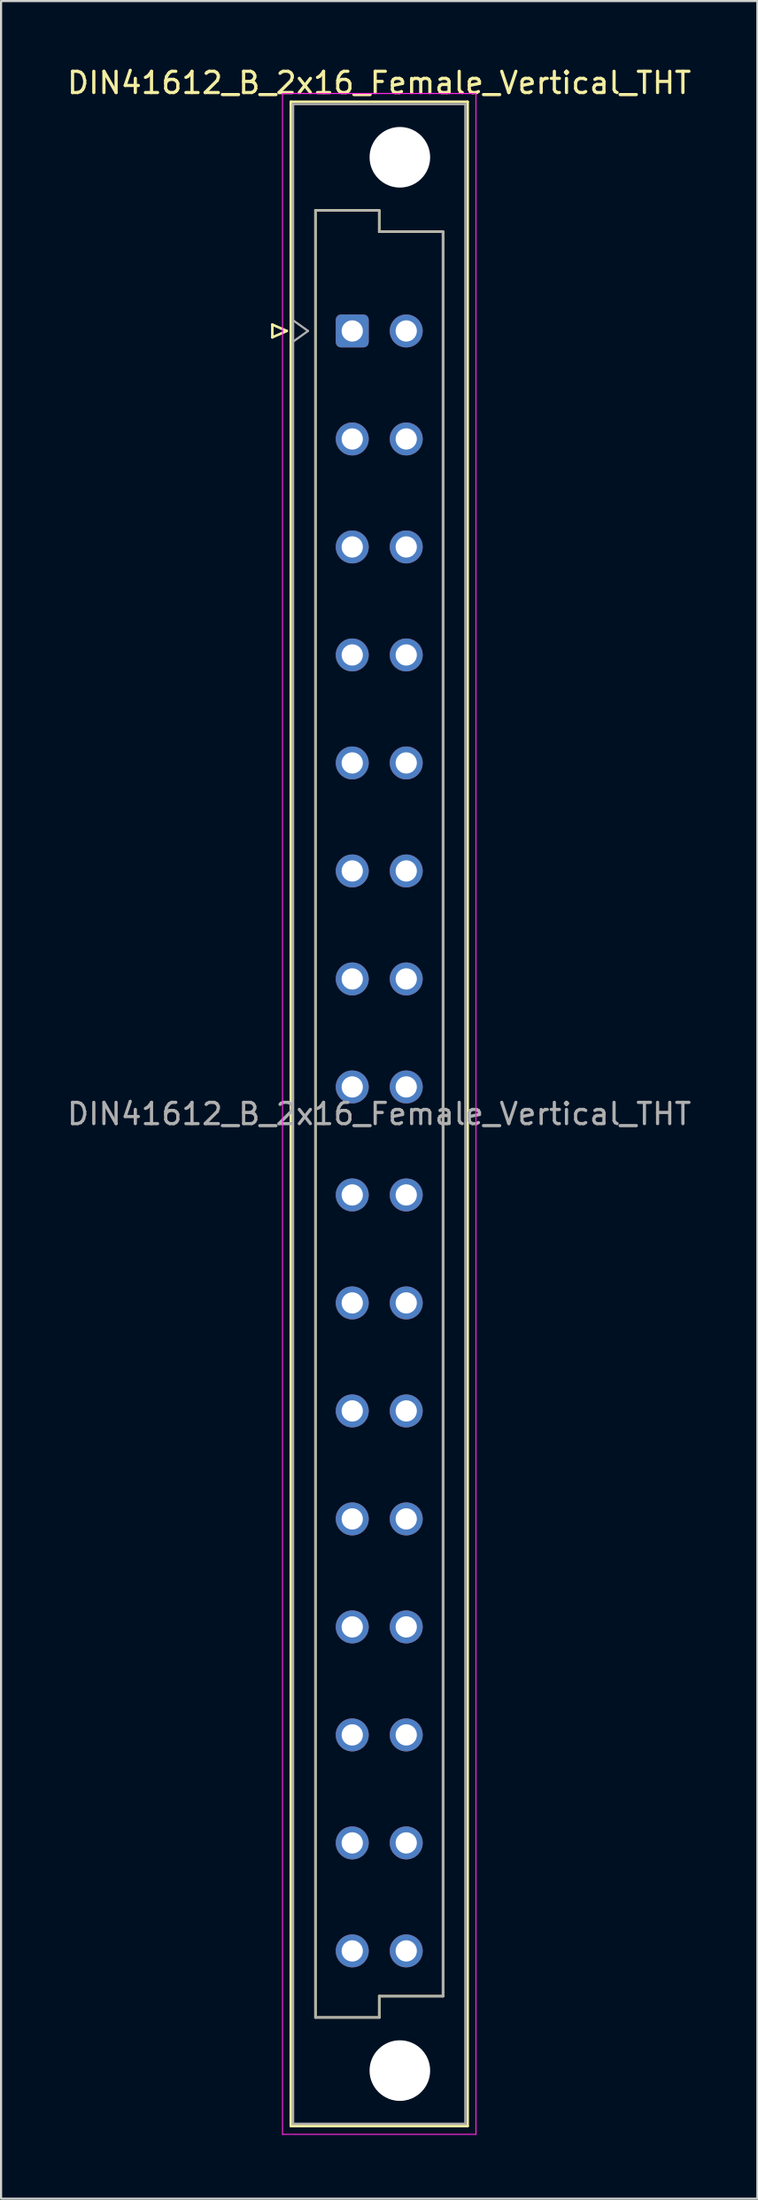
<source format=kicad_pcb>
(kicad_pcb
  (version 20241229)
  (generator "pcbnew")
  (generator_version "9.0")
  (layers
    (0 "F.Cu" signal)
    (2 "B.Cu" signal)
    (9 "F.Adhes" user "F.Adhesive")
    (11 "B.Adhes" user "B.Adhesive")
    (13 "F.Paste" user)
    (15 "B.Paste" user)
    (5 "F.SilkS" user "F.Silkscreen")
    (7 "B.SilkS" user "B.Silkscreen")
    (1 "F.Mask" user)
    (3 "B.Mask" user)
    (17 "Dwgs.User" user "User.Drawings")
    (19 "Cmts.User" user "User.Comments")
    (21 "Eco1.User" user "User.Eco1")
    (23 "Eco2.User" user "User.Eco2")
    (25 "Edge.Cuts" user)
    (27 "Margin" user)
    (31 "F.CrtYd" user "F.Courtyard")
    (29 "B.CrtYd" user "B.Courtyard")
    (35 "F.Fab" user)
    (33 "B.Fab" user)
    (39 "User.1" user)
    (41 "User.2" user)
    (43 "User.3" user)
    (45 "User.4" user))
  (footprint "DIN41612_B_2x16_Female_Vertical_THT"
    (layer "F.Cu")
    (at 13.522 9.978)
    (property "Reference" "DIN41612_B_2x16_Female_Vertical_THT" (at 1.27 -9.13 0) (layer "F.SilkS") (effects (font (size 1 1) (thickness 0.15))))
    (attr through_hole)
    (fp_line (start -3.76 2.24) (end -3.76 2.84) (stroke (width 0.12) (type solid)) (layer "F.SilkS"))
    (fp_line (start -3.76 2.84) (end -3.08 2.54) (stroke (width 0.12) (type solid)) (layer "F.SilkS"))
    (fp_line (start -3.08 2.54) (end -3.76 2.24) (stroke (width 0.12) (type solid)) (layer "F.SilkS"))
    (fp_line (start -2.89 -8.24) (end 5.43 -8.24) (stroke (width 0.12) (type solid)) (layer "F.SilkS"))
    (fp_line (start -2.89 86.98) (end -2.89 -8.24) (stroke (width 0.12) (type solid)) (layer "F.SilkS"))
    (fp_line (start -1.73 -3.13) (end 1.27 -3.13) (stroke (width 0.12) (type solid)) (layer "F.SilkS"))
    (fp_line (start -1.73 81.87) (end -1.73 -3.13) (stroke (width 0.12) (type solid)) (layer "F.SilkS"))
    (fp_line (start 1.27 -3.13) (end 1.27 -2.13) (stroke (width 0.12) (type solid)) (layer "F.SilkS"))
    (fp_line (start 1.27 -2.13) (end 4.27 -2.13) (stroke (width 0.12) (type solid)) (layer "F.SilkS"))
    (fp_line (start 1.27 80.87) (end 1.27 81.87) (stroke (width 0.12) (type solid)) (layer "F.SilkS"))
    (fp_line (start 1.27 81.87) (end -1.73 81.87) (stroke (width 0.12) (type solid)) (layer "F.SilkS"))
    (fp_line (start 4.27 -2.13) (end 4.27 80.87) (stroke (width 0.12) (type solid)) (layer "F.SilkS"))
    (fp_line (start 4.27 80.87) (end 1.27 80.87) (stroke (width 0.12) (type solid)) (layer "F.SilkS"))
    (fp_line (start 5.43 -8.24) (end 5.43 86.98) (stroke (width 0.12) (type solid)) (layer "F.SilkS"))
    (fp_line (start 5.43 86.98) (end -2.89 86.98) (stroke (width 0.12) (type solid)) (layer "F.SilkS"))
    (fp_line (start -3.28 -8.63) (end 5.82 -8.63) (stroke (width 0.05) (type solid)) (layer "F.CrtYd"))
    (fp_line (start -3.28 87.37) (end -3.28 -8.63) (stroke (width 0.05) (type solid)) (layer "F.CrtYd"))
    (fp_line (start 5.82 -8.63) (end 5.82 87.37) (stroke (width 0.05) (type solid)) (layer "F.CrtYd"))
    (fp_line (start 5.82 87.37) (end -3.28 87.37) (stroke (width 0.05) (type solid)) (layer "F.CrtYd"))
    (fp_line (start -2.78 -8.13) (end 5.32 -8.13) (stroke (width 0.1) (type solid)) (layer "F.Fab"))
    (fp_line (start -2.78 2.04) (end -2.08 2.54) (stroke (width 0.1) (type solid)) (layer "F.Fab"))
    (fp_line (start -2.78 86.87) (end -2.78 -8.13) (stroke (width 0.1) (type solid)) (layer "F.Fab"))
    (fp_line (start -2.08 2.54) (end -2.78 3.04) (stroke (width 0.1) (type solid)) (layer "F.Fab"))
    (fp_line (start -1.73 -3.13) (end 1.27 -3.13) (stroke (width 0.1) (type solid)) (layer "F.Fab"))
    (fp_line (start -1.73 81.87) (end -1.73 -3.13) (stroke (width 0.1) (type solid)) (layer "F.Fab"))
    (fp_line (start 1.27 -3.13) (end 1.27 -2.13) (stroke (width 0.1) (type solid)) (layer "F.Fab"))
    (fp_line (start 1.27 -2.13) (end 4.27 -2.13) (stroke (width 0.1) (type solid)) (layer "F.Fab"))
    (fp_line (start 1.27 80.87) (end 1.27 81.87) (stroke (width 0.1) (type solid)) (layer "F.Fab"))
    (fp_line (start 1.27 81.87) (end -1.73 81.87) (stroke (width 0.1) (type solid)) (layer "F.Fab"))
    (fp_line (start 4.27 -2.13) (end 4.27 80.87) (stroke (width 0.1) (type solid)) (layer "F.Fab"))
    (fp_line (start 4.27 80.87) (end 1.27 80.87) (stroke (width 0.1) (type solid)) (layer "F.Fab"))
    (fp_line (start 5.32 -8.13) (end 5.32 86.87) (stroke (width 0.1) (type solid)) (layer "F.Fab"))
    (fp_line (start 5.32 86.87) (end -2.78 86.87) (stroke (width 0.1) (type solid)) (layer "F.Fab"))
    (fp_text user "${REFERENCE}" (at 1.27 39.37 0) (layer "F.Fab") (effects (font (size 1 1) (thickness 0.15))))
    (pad "" np_thru_hole circle (at 2.24 -5.63) (size 2.85 2.85) (drill 2.85) (layers "*.Cu" "*.Mask"))
    (pad "" np_thru_hole circle (at 2.24 84.37) (size 2.85 2.85) (drill 2.85) (layers "*.Cu" "*.Mask"))
    (pad "a2" thru_hole roundrect (at 0 2.54) (size 1.55 1.55) (drill 1) (layers "*.Cu" "*.Mask") (roundrect_rratio 0.161))
    (pad "a4" thru_hole circle (at 0 7.62) (size 1.55 1.55) (drill 1) (layers "*.Cu" "*.Mask"))
    (pad "a6" thru_hole circle (at 0 12.7) (size 1.55 1.55) (drill 1) (layers "*.Cu" "*.Mask"))
    (pad "a8" thru_hole circle (at 0 17.78) (size 1.55 1.55) (drill 1) (layers "*.Cu" "*.Mask"))
    (pad "a10" thru_hole circle (at 0 22.86) (size 1.55 1.55) (drill 1) (layers "*.Cu" "*.Mask"))
    (pad "a12" thru_hole circle (at 0 27.94) (size 1.55 1.55) (drill 1) (layers "*.Cu" "*.Mask"))
    (pad "a14" thru_hole circle (at 0 33.02) (size 1.55 1.55) (drill 1) (layers "*.Cu" "*.Mask"))
    (pad "a16" thru_hole circle (at 0 38.1) (size 1.55 1.55) (drill 1) (layers "*.Cu" "*.Mask"))
    (pad "a18" thru_hole circle (at 0 43.18) (size 1.55 1.55) (drill 1) (layers "*.Cu" "*.Mask"))
    (pad "a20" thru_hole circle (at 0 48.26) (size 1.55 1.55) (drill 1) (layers "*.Cu" "*.Mask"))
    (pad "a22" thru_hole circle (at 0 53.34) (size 1.55 1.55) (drill 1) (layers "*.Cu" "*.Mask"))
    (pad "a24" thru_hole circle (at 0 58.42) (size 1.55 1.55) (drill 1) (layers "*.Cu" "*.Mask"))
    (pad "a26" thru_hole circle (at 0 63.5) (size 1.55 1.55) (drill 1) (layers "*.Cu" "*.Mask"))
    (pad "a28" thru_hole circle (at 0 68.58) (size 1.55 1.55) (drill 1) (layers "*.Cu" "*.Mask"))
    (pad "a30" thru_hole circle (at 0 73.66) (size 1.55 1.55) (drill 1) (layers "*.Cu" "*.Mask"))
    (pad "a32" thru_hole circle (at 0 78.74) (size 1.55 1.55) (drill 1) (layers "*.Cu" "*.Mask"))
    (pad "b2" thru_hole circle (at 2.54 2.54) (size 1.55 1.55) (drill 1) (layers "*.Cu" "*.Mask"))
    (pad "b4" thru_hole circle (at 2.54 7.62) (size 1.55 1.55) (drill 1) (layers "*.Cu" "*.Mask"))
    (pad "b6" thru_hole circle (at 2.54 12.7) (size 1.55 1.55) (drill 1) (layers "*.Cu" "*.Mask"))
    (pad "b8" thru_hole circle (at 2.54 17.78) (size 1.55 1.55) (drill 1) (layers "*.Cu" "*.Mask"))
    (pad "b10" thru_hole circle (at 2.54 22.86) (size 1.55 1.55) (drill 1) (layers "*.Cu" "*.Mask"))
    (pad "b12" thru_hole circle (at 2.54 27.94) (size 1.55 1.55) (drill 1) (layers "*.Cu" "*.Mask"))
    (pad "b14" thru_hole circle (at 2.54 33.02) (size 1.55 1.55) (drill 1) (layers "*.Cu" "*.Mask"))
    (pad "b16" thru_hole circle (at 2.54 38.1) (size 1.55 1.55) (drill 1) (layers "*.Cu" "*.Mask"))
    (pad "b18" thru_hole circle (at 2.54 43.18) (size 1.55 1.55) (drill 1) (layers "*.Cu" "*.Mask"))
    (pad "b20" thru_hole circle (at 2.54 48.26) (size 1.55 1.55) (drill 1) (layers "*.Cu" "*.Mask"))
    (pad "b22" thru_hole circle (at 2.54 53.34) (size 1.55 1.55) (drill 1) (layers "*.Cu" "*.Mask"))
    (pad "b24" thru_hole circle (at 2.54 58.42) (size 1.55 1.55) (drill 1) (layers "*.Cu" "*.Mask"))
    (pad "b26" thru_hole circle (at 2.54 63.5) (size 1.55 1.55) (drill 1) (layers "*.Cu" "*.Mask"))
    (pad "b28" thru_hole circle (at 2.54 68.58) (size 1.55 1.55) (drill 1) (layers "*.Cu" "*.Mask"))
    (pad "b30" thru_hole circle (at 2.54 73.66) (size 1.55 1.55) (drill 1) (layers "*.Cu" "*.Mask"))
    (pad "b32" thru_hole circle (at 2.54 78.74) (size 1.55 1.55) (drill 1) (layers "*.Cu" "*.Mask")))
  (gr_rect
    (start -3 -3)
    (end 32.583 100.373)
    (stroke (width 0.1) (type default))
    (fill no)
    (layer "Edge.Cuts")))
</source>
